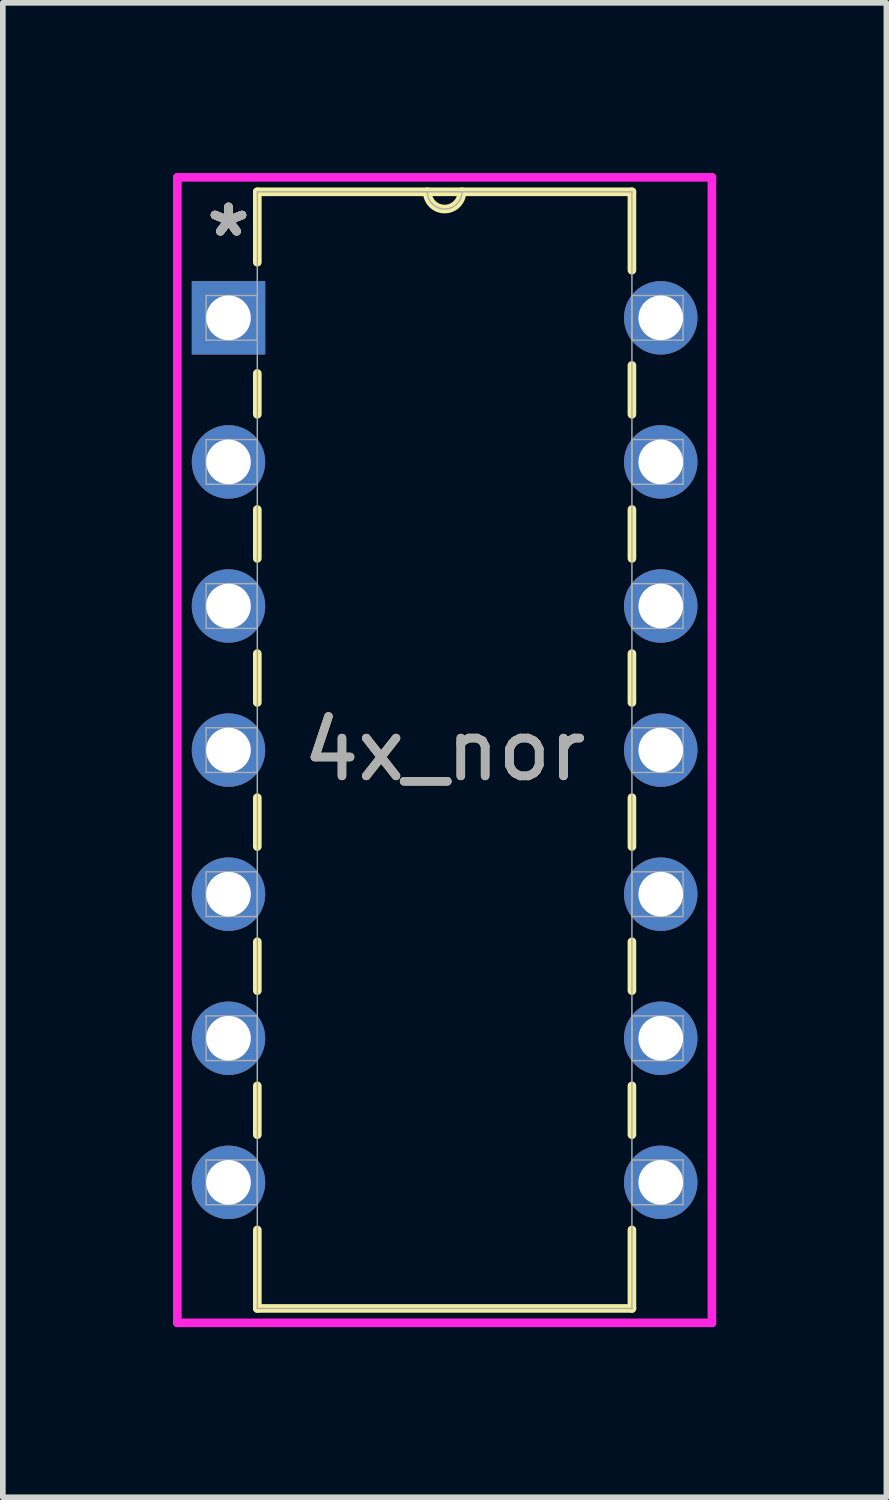
<source format=kicad_pcb>
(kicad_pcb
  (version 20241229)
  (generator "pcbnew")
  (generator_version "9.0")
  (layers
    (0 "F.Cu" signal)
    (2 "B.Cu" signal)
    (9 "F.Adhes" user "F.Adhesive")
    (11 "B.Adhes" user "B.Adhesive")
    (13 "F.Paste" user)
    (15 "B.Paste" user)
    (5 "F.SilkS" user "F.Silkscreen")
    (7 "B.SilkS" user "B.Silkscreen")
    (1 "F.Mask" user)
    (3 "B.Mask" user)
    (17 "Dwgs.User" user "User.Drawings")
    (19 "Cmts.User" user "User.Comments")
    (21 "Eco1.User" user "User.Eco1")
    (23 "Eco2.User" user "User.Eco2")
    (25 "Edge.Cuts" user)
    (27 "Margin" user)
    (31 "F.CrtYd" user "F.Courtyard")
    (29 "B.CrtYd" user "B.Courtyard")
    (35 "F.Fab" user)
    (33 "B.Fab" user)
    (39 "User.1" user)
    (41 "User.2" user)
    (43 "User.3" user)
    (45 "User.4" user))
  (footprint "4x_nor"
    (layer "F.Cu")
    (at 8.598 17.793)
    (property "Reference" "4x_nor" (at -3.81 -7.62 0) (unlocked yes) (layer "F.SilkS") (effects (font (size 1 1) (thickness 0.15))))
    (attr through_hole)
    (fp_line (start -7.112 -17.462) (end -7.112 -16.22) (stroke (width 0.152) (type solid)) (layer "F.SilkS"))
    (fp_line (start -7.112 -14.26) (end -7.112 -13.539) (stroke (width 0.152) (type solid)) (layer "F.SilkS"))
    (fp_line (start -7.112 -11.861) (end -7.112 -10.999) (stroke (width 0.152) (type solid)) (layer "F.SilkS"))
    (fp_line (start -7.112 -9.321) (end -7.112 -8.459) (stroke (width 0.152) (type solid)) (layer "F.SilkS"))
    (fp_line (start -7.112 -6.781) (end -7.112 -5.919) (stroke (width 0.152) (type solid)) (layer "F.SilkS"))
    (fp_line (start -7.112 -4.241) (end -7.112 -3.379) (stroke (width 0.152) (type solid)) (layer "F.SilkS"))
    (fp_line (start -7.112 -1.701) (end -7.112 -0.839) (stroke (width 0.152) (type solid)) (layer "F.SilkS"))
    (fp_line (start -7.112 0.839) (end -7.112 2.223) (stroke (width 0.152) (type solid)) (layer "F.SilkS"))
    (fp_line (start -7.112 2.223) (end -0.508 2.223) (stroke (width 0.152) (type solid)) (layer "F.SilkS"))
    (fp_line (start -0.508 -17.462) (end -7.112 -17.462) (stroke (width 0.152) (type solid)) (layer "F.SilkS"))
    (fp_line (start -0.508 -16.079) (end -0.508 -17.462) (stroke (width 0.152) (type solid)) (layer "F.SilkS"))
    (fp_line (start -0.508 -13.539) (end -0.508 -14.401) (stroke (width 0.152) (type solid)) (layer "F.SilkS"))
    (fp_line (start -0.508 -10.999) (end -0.508 -11.861) (stroke (width 0.152) (type solid)) (layer "F.SilkS"))
    (fp_line (start -0.508 -8.459) (end -0.508 -9.321) (stroke (width 0.152) (type solid)) (layer "F.SilkS"))
    (fp_line (start -0.508 -5.919) (end -0.508 -6.781) (stroke (width 0.152) (type solid)) (layer "F.SilkS"))
    (fp_line (start -0.508 -3.379) (end -0.508 -4.241) (stroke (width 0.152) (type solid)) (layer "F.SilkS"))
    (fp_line (start -0.508 -0.839) (end -0.508 -1.701) (stroke (width 0.152) (type solid)) (layer "F.SilkS"))
    (fp_line (start -0.508 2.223) (end -0.508 0.839) (stroke (width 0.152) (type solid)) (layer "F.SilkS"))
    (fp_arc (start -3.5052 -17.4625) (mid -3.81 -17.1577) (end -4.1148 -17.4625) (stroke (width 0.1524) (type solid)) (layer "F.SilkS"))
    (fp_line (start -8.522 -17.716) (end -8.522 2.477) (stroke (width 0.152) (type solid)) (layer "F.CrtYd"))
    (fp_line (start -8.522 2.477) (end 0.902 2.477) (stroke (width 0.152) (type solid)) (layer "F.CrtYd"))
    (fp_line (start 0.902 -17.716) (end -8.522 -17.716) (stroke (width 0.152) (type solid)) (layer "F.CrtYd"))
    (fp_line (start 0.902 2.477) (end 0.902 -17.716) (stroke (width 0.152) (type solid)) (layer "F.CrtYd"))
    (fp_line (start -8.014 -15.634) (end -8.014 -14.846) (stroke (width 0.025) (type solid)) (layer "F.Fab"))
    (fp_line (start -8.014 -14.846) (end -7.112 -14.846) (stroke (width 0.025) (type solid)) (layer "F.Fab"))
    (fp_line (start -8.014 -13.094) (end -8.014 -12.306) (stroke (width 0.025) (type solid)) (layer "F.Fab"))
    (fp_line (start -8.014 -12.306) (end -7.112 -12.306) (stroke (width 0.025) (type solid)) (layer "F.Fab"))
    (fp_line (start -8.014 -10.554) (end -8.014 -9.766) (stroke (width 0.025) (type solid)) (layer "F.Fab"))
    (fp_line (start -8.014 -9.766) (end -7.112 -9.766) (stroke (width 0.025) (type solid)) (layer "F.Fab"))
    (fp_line (start -8.014 -8.014) (end -8.014 -7.226) (stroke (width 0.025) (type solid)) (layer "F.Fab"))
    (fp_line (start -8.014 -7.226) (end -7.112 -7.226) (stroke (width 0.025) (type solid)) (layer "F.Fab"))
    (fp_line (start -8.014 -5.474) (end -8.014 -4.686) (stroke (width 0.025) (type solid)) (layer "F.Fab"))
    (fp_line (start -8.014 -4.686) (end -7.112 -4.686) (stroke (width 0.025) (type solid)) (layer "F.Fab"))
    (fp_line (start -8.014 -2.934) (end -8.014 -2.146) (stroke (width 0.025) (type solid)) (layer "F.Fab"))
    (fp_line (start -8.014 -2.146) (end -7.112 -2.146) (stroke (width 0.025) (type solid)) (layer "F.Fab"))
    (fp_line (start -8.014 -0.394) (end -8.014 0.394) (stroke (width 0.025) (type solid)) (layer "F.Fab"))
    (fp_line (start -8.014 0.394) (end -7.112 0.394) (stroke (width 0.025) (type solid)) (layer "F.Fab"))
    (fp_line (start -7.112 -17.462) (end -7.112 2.223) (stroke (width 0.025) (type solid)) (layer "F.Fab"))
    (fp_line (start -7.112 -15.634) (end -8.014 -15.634) (stroke (width 0.025) (type solid)) (layer "F.Fab"))
    (fp_line (start -7.112 -14.846) (end -7.112 -15.634) (stroke (width 0.025) (type solid)) (layer "F.Fab"))
    (fp_line (start -7.112 -13.094) (end -8.014 -13.094) (stroke (width 0.025) (type solid)) (layer "F.Fab"))
    (fp_line (start -7.112 -12.306) (end -7.112 -13.094) (stroke (width 0.025) (type solid)) (layer "F.Fab"))
    (fp_line (start -7.112 -10.554) (end -8.014 -10.554) (stroke (width 0.025) (type solid)) (layer "F.Fab"))
    (fp_line (start -7.112 -9.766) (end -7.112 -10.554) (stroke (width 0.025) (type solid)) (layer "F.Fab"))
    (fp_line (start -7.112 -8.014) (end -8.014 -8.014) (stroke (width 0.025) (type solid)) (layer "F.Fab"))
    (fp_line (start -7.112 -7.226) (end -7.112 -8.014) (stroke (width 0.025) (type solid)) (layer "F.Fab"))
    (fp_line (start -7.112 -5.474) (end -8.014 -5.474) (stroke (width 0.025) (type solid)) (layer "F.Fab"))
    (fp_line (start -7.112 -4.686) (end -7.112 -5.474) (stroke (width 0.025) (type solid)) (layer "F.Fab"))
    (fp_line (start -7.112 -2.934) (end -8.014 -2.934) (stroke (width 0.025) (type solid)) (layer "F.Fab"))
    (fp_line (start -7.112 -2.146) (end -7.112 -2.934) (stroke (width 0.025) (type solid)) (layer "F.Fab"))
    (fp_line (start -7.112 -0.394) (end -8.014 -0.394) (stroke (width 0.025) (type solid)) (layer "F.Fab"))
    (fp_line (start -7.112 0.394) (end -7.112 -0.394) (stroke (width 0.025) (type solid)) (layer "F.Fab"))
    (fp_line (start -7.112 2.223) (end -0.508 2.223) (stroke (width 0.025) (type solid)) (layer "F.Fab"))
    (fp_line (start -0.508 -17.462) (end -7.112 -17.462) (stroke (width 0.025) (type solid)) (layer "F.Fab"))
    (fp_line (start -0.508 -15.634) (end -0.508 -14.846) (stroke (width 0.025) (type solid)) (layer "F.Fab"))
    (fp_line (start -0.508 -14.846) (end 0.394 -14.846) (stroke (width 0.025) (type solid)) (layer "F.Fab"))
    (fp_line (start -0.508 -13.094) (end -0.508 -12.306) (stroke (width 0.025) (type solid)) (layer "F.Fab"))
    (fp_line (start -0.508 -12.306) (end 0.394 -12.306) (stroke (width 0.025) (type solid)) (layer "F.Fab"))
    (fp_line (start -0.508 -10.554) (end -0.508 -9.766) (stroke (width 0.025) (type solid)) (layer "F.Fab"))
    (fp_line (start -0.508 -9.766) (end 0.394 -9.766) (stroke (width 0.025) (type solid)) (layer "F.Fab"))
    (fp_line (start -0.508 -8.014) (end -0.508 -7.226) (stroke (width 0.025) (type solid)) (layer "F.Fab"))
    (fp_line (start -0.508 -7.226) (end 0.394 -7.226) (stroke (width 0.025) (type solid)) (layer "F.Fab"))
    (fp_line (start -0.508 -5.474) (end -0.508 -4.686) (stroke (width 0.025) (type solid)) (layer "F.Fab"))
    (fp_line (start -0.508 -4.686) (end 0.394 -4.686) (stroke (width 0.025) (type solid)) (layer "F.Fab"))
    (fp_line (start -0.508 -2.934) (end -0.508 -2.146) (stroke (width 0.025) (type solid)) (layer "F.Fab"))
    (fp_line (start -0.508 -2.146) (end 0.394 -2.146) (stroke (width 0.025) (type solid)) (layer "F.Fab"))
    (fp_line (start -0.508 -0.394) (end -0.508 0.394) (stroke (width 0.025) (type solid)) (layer "F.Fab"))
    (fp_line (start -0.508 0.394) (end 0.394 0.394) (stroke (width 0.025) (type solid)) (layer "F.Fab"))
    (fp_line (start -0.508 2.223) (end -0.508 -17.462) (stroke (width 0.025) (type solid)) (layer "F.Fab"))
    (fp_line (start 0.394 -15.634) (end -0.508 -15.634) (stroke (width 0.025) (type solid)) (layer "F.Fab"))
    (fp_line (start 0.394 -14.846) (end 0.394 -15.634) (stroke (width 0.025) (type solid)) (layer "F.Fab"))
    (fp_line (start 0.394 -13.094) (end -0.508 -13.094) (stroke (width 0.025) (type solid)) (layer "F.Fab"))
    (fp_line (start 0.394 -12.306) (end 0.394 -13.094) (stroke (width 0.025) (type solid)) (layer "F.Fab"))
    (fp_line (start 0.394 -10.554) (end -0.508 -10.554) (stroke (width 0.025) (type solid)) (layer "F.Fab"))
    (fp_line (start 0.394 -9.766) (end 0.394 -10.554) (stroke (width 0.025) (type solid)) (layer "F.Fab"))
    (fp_line (start 0.394 -8.014) (end -0.508 -8.014) (stroke (width 0.025) (type solid)) (layer "F.Fab"))
    (fp_line (start 0.394 -7.226) (end 0.394 -8.014) (stroke (width 0.025) (type solid)) (layer "F.Fab"))
    (fp_line (start 0.394 -5.474) (end -0.508 -5.474) (stroke (width 0.025) (type solid)) (layer "F.Fab"))
    (fp_line (start 0.394 -4.686) (end 0.394 -5.474) (stroke (width 0.025) (type solid)) (layer "F.Fab"))
    (fp_line (start 0.394 -2.934) (end -0.508 -2.934) (stroke (width 0.025) (type solid)) (layer "F.Fab"))
    (fp_line (start 0.394 -2.146) (end 0.394 -2.934) (stroke (width 0.025) (type solid)) (layer "F.Fab"))
    (fp_line (start 0.394 -0.394) (end -0.508 -0.394) (stroke (width 0.025) (type solid)) (layer "F.Fab"))
    (fp_line (start 0.394 0.394) (end 0.394 -0.394) (stroke (width 0.025) (type solid)) (layer "F.Fab"))
    (fp_arc (start -3.5052 -17.4625) (mid -3.81 -17.1577) (end -4.1148 -17.4625) (stroke (width 0.0254) (type solid)) (layer "F.Fab"))
    (fp_text user "*" (at -7.62 -16.65 0) (unlocked yes) (layer "F.SilkS") (effects (font (size 1 1) (thickness 0.15))))
    (fp_text user "*" (at -7.62 -16.65 0) (layer "F.SilkS") (effects (font (size 1 1) (thickness 0.15))))
    (fp_text user "${REFERENCE}" (at -3.81 -7.62 0) (unlocked yes) (layer "F.Fab") (effects (font (size 1 1) (thickness 0.15))))
    (fp_text user "*" (at -7.62 -16.65 0) (unlocked yes) (layer "F.Fab") (effects (font (size 1 1) (thickness 0.15))))
    (fp_text user "*" (at -7.62 -16.65 0) (layer "F.Fab") (effects (font (size 1 1) (thickness 0.15))))
    (pad "1" thru_hole rect (at -7.62 -15.24) (size 1.295 1.295) (drill 0.787) (layers "*.Cu" "*.Mask"))
    (pad "2" thru_hole circle (at -7.62 -12.7) (size 1.295 1.295) (drill 0.787) (layers "*.Cu" "*.Mask"))
    (pad "3" thru_hole circle (at -7.62 -10.16) (size 1.295 1.295) (drill 0.787) (layers "*.Cu" "*.Mask"))
    (pad "4" thru_hole circle (at -7.62 -7.62) (size 1.295 1.295) (drill 0.787) (layers "*.Cu" "*.Mask"))
    (pad "5" thru_hole circle (at -7.62 -5.08) (size 1.295 1.295) (drill 0.787) (layers "*.Cu" "*.Mask"))
    (pad "6" thru_hole circle (at -7.62 -2.54) (size 1.295 1.295) (drill 0.787) (layers "*.Cu" "*.Mask"))
    (pad "7" thru_hole circle (at -7.62 0) (size 1.295 1.295) (drill 0.787) (layers "*.Cu" "*.Mask"))
    (pad "8" thru_hole circle (at 0 0) (size 1.295 1.295) (drill 0.787) (layers "*.Cu" "*.Mask"))
    (pad "9" thru_hole circle (at 0 -2.54) (size 1.295 1.295) (drill 0.787) (layers "*.Cu" "*.Mask"))
    (pad "10" thru_hole circle (at 0 -5.08) (size 1.295 1.295) (drill 0.787) (layers "*.Cu" "*.Mask"))
    (pad "11" thru_hole circle (at 0 -7.62) (size 1.295 1.295) (drill 0.787) (layers "*.Cu" "*.Mask"))
    (pad "12" thru_hole circle (at 0 -10.16) (size 1.295 1.295) (drill 0.787) (layers "*.Cu" "*.Mask"))
    (pad "13" thru_hole circle (at 0 -12.7) (size 1.295 1.295) (drill 0.787) (layers "*.Cu" "*.Mask"))
    (pad "14" thru_hole circle (at 0 -15.24) (size 1.295 1.295) (drill 0.787) (layers "*.Cu" "*.Mask")))
  (gr_rect
    (start -3 -3)
    (end 12.576 23.345)
    (stroke (width 0.1) (type default))
    (fill no)
    (layer "Edge.Cuts")))
</source>
